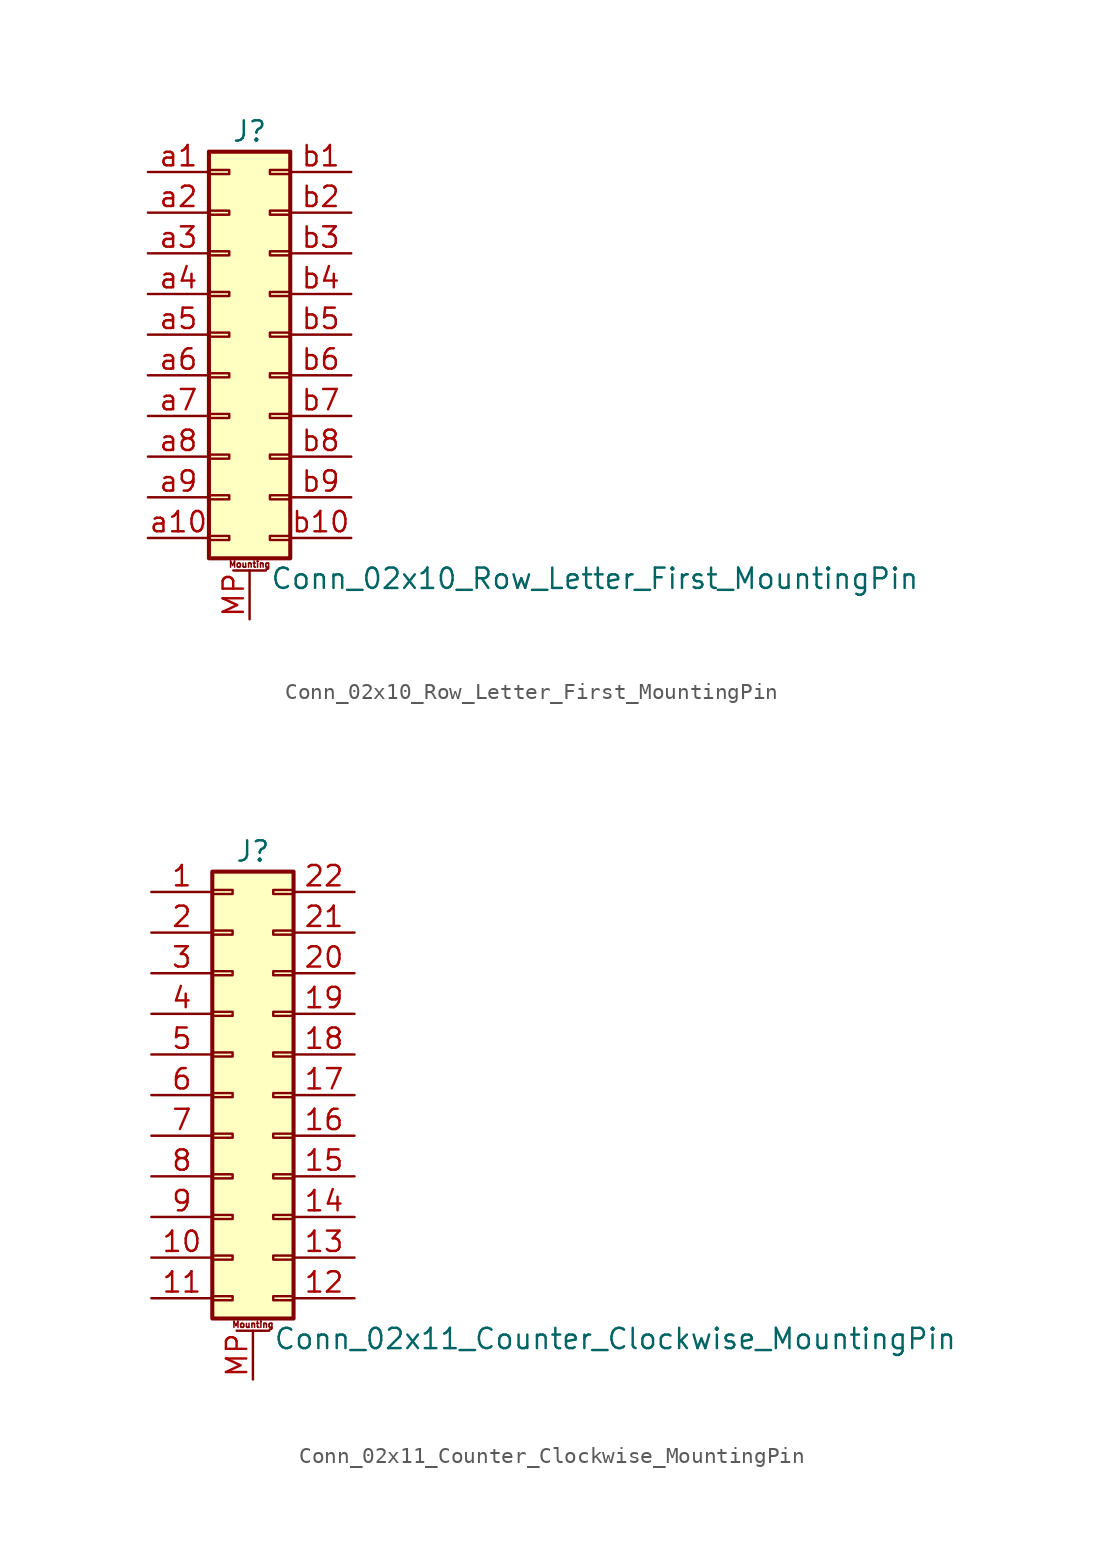
<source format=kicad_sym>
(kicad_symbol_lib
  (version 20211014)
  (generator kicad_symbol_editor)
  (symbol "Conn_02x10_Row_Letter_First_MountingPin"
    (pin_names
      (offset 1.016) hide)
    (property "Reference" "J"
      (at 1.27 12.7 0)
      (effects (font (size 1.27 1.27))))
    (property "Value" "Conn_02x10_Row_Letter_First_MountingPin"
      (at 2.54 -15.24 0)
      (effects (font (size 1.27 1.27)) (justify left)))
    (symbol "Conn_02x10_Row_Letter_First_MountingPin_1_1"
      (rectangle (start -1.27 -12.573) (end 0 -12.827) (stroke (width 0.152) (type default) (color 0 0 0 0)) (fill (type none)))
      (rectangle (start -1.27 -10.033) (end 0 -10.287) (stroke (width 0.152) (type default) (color 0 0 0 0)) (fill (type none)))
      (rectangle (start -1.27 -7.493) (end 0 -7.747) (stroke (width 0.152) (type default) (color 0 0 0 0)) (fill (type none)))
      (rectangle (start -1.27 -4.953) (end 0 -5.207) (stroke (width 0.152) (type default) (color 0 0 0 0)) (fill (type none)))
      (rectangle (start -1.27 -2.413) (end 0 -2.667) (stroke (width 0.152) (type default) (color 0 0 0 0)) (fill (type none)))
      (rectangle (start -1.27 0.127) (end 0 -0.127) (stroke (width 0.152) (type default) (color 0 0 0 0)) (fill (type none)))
      (rectangle (start -1.27 2.667) (end 0 2.413) (stroke (width 0.152) (type default) (color 0 0 0 0)) (fill (type none)))
      (rectangle (start -1.27 5.207) (end 0 4.953) (stroke (width 0.152) (type default) (color 0 0 0 0)) (fill (type none)))
      (rectangle (start -1.27 7.747) (end 0 7.493) (stroke (width 0.152) (type default) (color 0 0 0 0)) (fill (type none)))
      (rectangle (start -1.27 10.287) (end 0 10.033) (stroke (width 0.152) (type default) (color 0 0 0 0)) (fill (type none)))
      (rectangle (start -1.27 11.43) (end 3.81 -13.97) (stroke (width 0.254) (type default) (color 0 0 0 0)) (fill (type background)))
      (polyline (pts (xy 0.254 -14.732) (xy 2.286 -14.732)) (stroke (width 0.152) (type default) (color 0 0 0 0)) (fill (type none)))
      (rectangle (start 3.81 -12.573) (end 2.54 -12.827) (stroke (width 0.152) (type default) (color 0 0 0 0)) (fill (type none)))
      (rectangle (start 3.81 -10.033) (end 2.54 -10.287) (stroke (width 0.152) (type default) (color 0 0 0 0)) (fill (type none)))
      (rectangle (start 3.81 -7.493) (end 2.54 -7.747) (stroke (width 0.152) (type default) (color 0 0 0 0)) (fill (type none)))
      (rectangle (start 3.81 -4.953) (end 2.54 -5.207) (stroke (width 0.152) (type default) (color 0 0 0 0)) (fill (type none)))
      (rectangle (start 3.81 -2.413) (end 2.54 -2.667) (stroke (width 0.152) (type default) (color 0 0 0 0)) (fill (type none)))
      (rectangle (start 3.81 0.127) (end 2.54 -0.127) (stroke (width 0.152) (type default) (color 0 0 0 0)) (fill (type none)))
      (rectangle (start 3.81 2.667) (end 2.54 2.413) (stroke (width 0.152) (type default) (color 0 0 0 0)) (fill (type none)))
      (rectangle (start 3.81 5.207) (end 2.54 4.953) (stroke (width 0.152) (type default) (color 0 0 0 0)) (fill (type none)))
      (rectangle (start 3.81 7.747) (end 2.54 7.493) (stroke (width 0.152) (type default) (color 0 0 0 0)) (fill (type none)))
      (rectangle (start 3.81 10.287) (end 2.54 10.033) (stroke (width 0.152) (type default) (color 0 0 0 0)) (fill (type none)))
      (text "Mounting" (at 1.27 -14.351 0) (effects (font (size 0.381 0.381))))
      (pin passive line (at 1.27 -17.78 90) (length 3.048) (name "MountPin" (effects (font (size 1.27 1.27)))) (number "MP" (effects (font (size 1.27 1.27)))))
      (pin passive line (at -5.08 10.16 0) (length 3.81) (name "Pin_a1" (effects (font (size 1.27 1.27)))) (number "a1" (effects (font (size 1.27 1.27)))))
      (pin passive line (at -5.08 -12.7 0) (length 3.81) (name "Pin_a10" (effects (font (size 1.27 1.27)))) (number "a10" (effects (font (size 1.27 1.27)))))
      (pin passive line (at -5.08 7.62 0) (length 3.81) (name "Pin_a2" (effects (font (size 1.27 1.27)))) (number "a2" (effects (font (size 1.27 1.27)))))
      (pin passive line (at -5.08 5.08 0) (length 3.81) (name "Pin_a3" (effects (font (size 1.27 1.27)))) (number "a3" (effects (font (size 1.27 1.27)))))
      (pin passive line (at -5.08 2.54 0) (length 3.81) (name "Pin_a4" (effects (font (size 1.27 1.27)))) (number "a4" (effects (font (size 1.27 1.27)))))
      (pin passive line (at -5.08 0 0) (length 3.81) (name "Pin_a5" (effects (font (size 1.27 1.27)))) (number "a5" (effects (font (size 1.27 1.27)))))
      (pin passive line (at -5.08 -2.54 0) (length 3.81) (name "Pin_a6" (effects (font (size 1.27 1.27)))) (number "a6" (effects (font (size 1.27 1.27)))))
      (pin passive line (at -5.08 -5.08 0) (length 3.81) (name "Pin_a7" (effects (font (size 1.27 1.27)))) (number "a7" (effects (font (size 1.27 1.27)))))
      (pin passive line (at -5.08 -7.62 0) (length 3.81) (name "Pin_a8" (effects (font (size 1.27 1.27)))) (number "a8" (effects (font (size 1.27 1.27)))))
      (pin passive line (at -5.08 -10.16 0) (length 3.81) (name "Pin_a9" (effects (font (size 1.27 1.27)))) (number "a9" (effects (font (size 1.27 1.27)))))
      (pin passive line (at 7.62 10.16 180) (length 3.81) (name "Pin_b1" (effects (font (size 1.27 1.27)))) (number "b1" (effects (font (size 1.27 1.27)))))
      (pin passive line (at 7.62 -12.7 180) (length 3.81) (name "Pin_b10" (effects (font (size 1.27 1.27)))) (number "b10" (effects (font (size 1.27 1.27)))))
      (pin passive line (at 7.62 7.62 180) (length 3.81) (name "Pin_b2" (effects (font (size 1.27 1.27)))) (number "b2" (effects (font (size 1.27 1.27)))))
      (pin passive line (at 7.62 5.08 180) (length 3.81) (name "Pin_b3" (effects (font (size 1.27 1.27)))) (number "b3" (effects (font (size 1.27 1.27)))))
      (pin passive line (at 7.62 2.54 180) (length 3.81) (name "Pin_b4" (effects (font (size 1.27 1.27)))) (number "b4" (effects (font (size 1.27 1.27)))))
      (pin passive line (at 7.62 0 180) (length 3.81) (name "Pin_b5" (effects (font (size 1.27 1.27)))) (number "b5" (effects (font (size 1.27 1.27)))))
      (pin passive line (at 7.62 -2.54 180) (length 3.81) (name "Pin_b6" (effects (font (size 1.27 1.27)))) (number "b6" (effects (font (size 1.27 1.27)))))
      (pin passive line (at 7.62 -5.08 180) (length 3.81) (name "Pin_b7" (effects (font (size 1.27 1.27)))) (number "b7" (effects (font (size 1.27 1.27)))))
      (pin passive line (at 7.62 -7.62 180) (length 3.81) (name "Pin_b8" (effects (font (size 1.27 1.27)))) (number "b8" (effects (font (size 1.27 1.27)))))
      (pin passive line (at 7.62 -10.16 180) (length 3.81) (name "Pin_b9" (effects (font (size 1.27 1.27)))) (number "b9" (effects (font (size 1.27 1.27)))))))
  (symbol "Conn_02x11_Counter_Clockwise_MountingPin"
    (pin_names
      (offset 1.016) hide)
    (property "Reference" "J"
      (at 1.27 15.24 0)
      (effects (font (size 1.27 1.27))))
    (property "Value" "Conn_02x11_Counter_Clockwise_MountingPin"
      (at 2.54 -15.24 0)
      (effects (font (size 1.27 1.27)) (justify left)))
    (symbol "Conn_02x11_Counter_Clockwise_MountingPin_1_1"
      (rectangle (start -1.27 -12.573) (end 0 -12.827) (stroke (width 0.152) (type default) (color 0 0 0 0)) (fill (type none)))
      (rectangle (start -1.27 -10.033) (end 0 -10.287) (stroke (width 0.152) (type default) (color 0 0 0 0)) (fill (type none)))
      (rectangle (start -1.27 -7.493) (end 0 -7.747) (stroke (width 0.152) (type default) (color 0 0 0 0)) (fill (type none)))
      (rectangle (start -1.27 -4.953) (end 0 -5.207) (stroke (width 0.152) (type default) (color 0 0 0 0)) (fill (type none)))
      (rectangle (start -1.27 -2.413) (end 0 -2.667) (stroke (width 0.152) (type default) (color 0 0 0 0)) (fill (type none)))
      (rectangle (start -1.27 0.127) (end 0 -0.127) (stroke (width 0.152) (type default) (color 0 0 0 0)) (fill (type none)))
      (rectangle (start -1.27 2.667) (end 0 2.413) (stroke (width 0.152) (type default) (color 0 0 0 0)) (fill (type none)))
      (rectangle (start -1.27 5.207) (end 0 4.953) (stroke (width 0.152) (type default) (color 0 0 0 0)) (fill (type none)))
      (rectangle (start -1.27 7.747) (end 0 7.493) (stroke (width 0.152) (type default) (color 0 0 0 0)) (fill (type none)))
      (rectangle (start -1.27 10.287) (end 0 10.033) (stroke (width 0.152) (type default) (color 0 0 0 0)) (fill (type none)))
      (rectangle (start -1.27 12.827) (end 0 12.573) (stroke (width 0.152) (type default) (color 0 0 0 0)) (fill (type none)))
      (rectangle (start -1.27 13.97) (end 3.81 -13.97) (stroke (width 0.254) (type default) (color 0 0 0 0)) (fill (type background)))
      (polyline (pts (xy 0.254 -14.732) (xy 2.286 -14.732)) (stroke (width 0.152) (type default) (color 0 0 0 0)) (fill (type none)))
      (rectangle (start 3.81 -12.573) (end 2.54 -12.827) (stroke (width 0.152) (type default) (color 0 0 0 0)) (fill (type none)))
      (rectangle (start 3.81 -10.033) (end 2.54 -10.287) (stroke (width 0.152) (type default) (color 0 0 0 0)) (fill (type none)))
      (rectangle (start 3.81 -7.493) (end 2.54 -7.747) (stroke (width 0.152) (type default) (color 0 0 0 0)) (fill (type none)))
      (rectangle (start 3.81 -4.953) (end 2.54 -5.207) (stroke (width 0.152) (type default) (color 0 0 0 0)) (fill (type none)))
      (rectangle (start 3.81 -2.413) (end 2.54 -2.667) (stroke (width 0.152) (type default) (color 0 0 0 0)) (fill (type none)))
      (rectangle (start 3.81 0.127) (end 2.54 -0.127) (stroke (width 0.152) (type default) (color 0 0 0 0)) (fill (type none)))
      (rectangle (start 3.81 2.667) (end 2.54 2.413) (stroke (width 0.152) (type default) (color 0 0 0 0)) (fill (type none)))
      (rectangle (start 3.81 5.207) (end 2.54 4.953) (stroke (width 0.152) (type default) (color 0 0 0 0)) (fill (type none)))
      (rectangle (start 3.81 7.747) (end 2.54 7.493) (stroke (width 0.152) (type default) (color 0 0 0 0)) (fill (type none)))
      (rectangle (start 3.81 10.287) (end 2.54 10.033) (stroke (width 0.152) (type default) (color 0 0 0 0)) (fill (type none)))
      (rectangle (start 3.81 12.827) (end 2.54 12.573) (stroke (width 0.152) (type default) (color 0 0 0 0)) (fill (type none)))
      (text "Mounting" (at 1.27 -14.351 0) (effects (font (size 0.381 0.381))))
      (pin passive line (at -5.08 12.7 0) (length 3.81) (name "Pin_1" (effects (font (size 1.27 1.27)))) (number "1" (effects (font (size 1.27 1.27)))))
      (pin passive line (at -5.08 -10.16 0) (length 3.81) (name "Pin_10" (effects (font (size 1.27 1.27)))) (number "10" (effects (font (size 1.27 1.27)))))
      (pin passive line (at -5.08 -12.7 0) (length 3.81) (name "Pin_11" (effects (font (size 1.27 1.27)))) (number "11" (effects (font (size 1.27 1.27)))))
      (pin passive line (at 7.62 -12.7 180) (length 3.81) (name "Pin_12" (effects (font (size 1.27 1.27)))) (number "12" (effects (font (size 1.27 1.27)))))
      (pin passive line (at 7.62 -10.16 180) (length 3.81) (name "Pin_13" (effects (font (size 1.27 1.27)))) (number "13" (effects (font (size 1.27 1.27)))))
      (pin passive line (at 7.62 -7.62 180) (length 3.81) (name "Pin_14" (effects (font (size 1.27 1.27)))) (number "14" (effects (font (size 1.27 1.27)))))
      (pin passive line (at 7.62 -5.08 180) (length 3.81) (name "Pin_15" (effects (font (size 1.27 1.27)))) (number "15" (effects (font (size 1.27 1.27)))))
      (pin passive line (at 7.62 -2.54 180) (length 3.81) (name "Pin_16" (effects (font (size 1.27 1.27)))) (number "16" (effects (font (size 1.27 1.27)))))
      (pin passive line (at 7.62 0 180) (length 3.81) (name "Pin_17" (effects (font (size 1.27 1.27)))) (number "17" (effects (font (size 1.27 1.27)))))
      (pin passive line (at 7.62 2.54 180) (length 3.81) (name "Pin_18" (effects (font (size 1.27 1.27)))) (number "18" (effects (font (size 1.27 1.27)))))
      (pin passive line (at 7.62 5.08 180) (length 3.81) (name "Pin_19" (effects (font (size 1.27 1.27)))) (number "19" (effects (font (size 1.27 1.27)))))
      (pin passive line (at -5.08 10.16 0) (length 3.81) (name "Pin_2" (effects (font (size 1.27 1.27)))) (number "2" (effects (font (size 1.27 1.27)))))
      (pin passive line (at 7.62 7.62 180) (length 3.81) (name "Pin_20" (effects (font (size 1.27 1.27)))) (number "20" (effects (font (size 1.27 1.27)))))
      (pin passive line (at 7.62 10.16 180) (length 3.81) (name "Pin_21" (effects (font (size 1.27 1.27)))) (number "21" (effects (font (size 1.27 1.27)))))
      (pin passive line (at 7.62 12.7 180) (length 3.81) (name "Pin_22" (effects (font (size 1.27 1.27)))) (number "22" (effects (font (size 1.27 1.27)))))
      (pin passive line (at -5.08 7.62 0) (length 3.81) (name "Pin_3" (effects (font (size 1.27 1.27)))) (number "3" (effects (font (size 1.27 1.27)))))
      (pin passive line (at -5.08 5.08 0) (length 3.81) (name "Pin_4" (effects (font (size 1.27 1.27)))) (number "4" (effects (font (size 1.27 1.27)))))
      (pin passive line (at -5.08 2.54 0) (length 3.81) (name "Pin_5" (effects (font (size 1.27 1.27)))) (number "5" (effects (font (size 1.27 1.27)))))
      (pin passive line (at -5.08 0 0) (length 3.81) (name "Pin_6" (effects (font (size 1.27 1.27)))) (number "6" (effects (font (size 1.27 1.27)))))
      (pin passive line (at -5.08 -2.54 0) (length 3.81) (name "Pin_7" (effects (font (size 1.27 1.27)))) (number "7" (effects (font (size 1.27 1.27)))))
      (pin passive line (at -5.08 -5.08 0) (length 3.81) (name "Pin_8" (effects (font (size 1.27 1.27)))) (number "8" (effects (font (size 1.27 1.27)))))
      (pin passive line (at -5.08 -7.62 0) (length 3.81) (name "Pin_9" (effects (font (size 1.27 1.27)))) (number "9" (effects (font (size 1.27 1.27)))))
      (pin passive line (at 1.27 -17.78 90) (length 3.048) (name "MountPin" (effects (font (size 1.27 1.27)))) (number "MP" (effects (font (size 1.27 1.27))))))))
</source>
